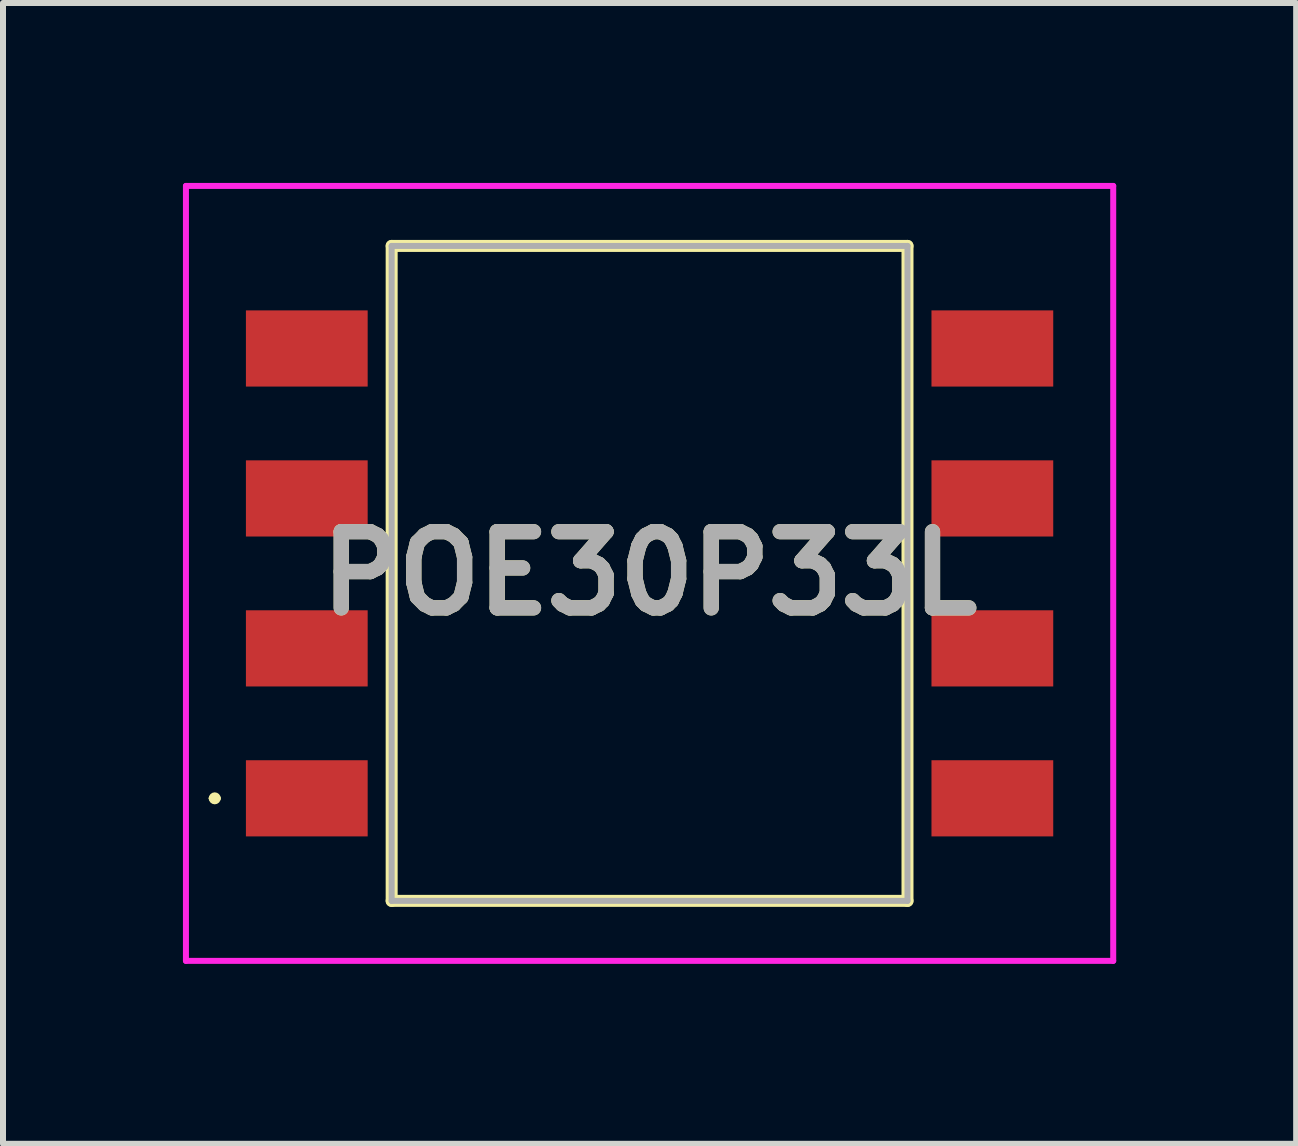
<source format=kicad_pcb>
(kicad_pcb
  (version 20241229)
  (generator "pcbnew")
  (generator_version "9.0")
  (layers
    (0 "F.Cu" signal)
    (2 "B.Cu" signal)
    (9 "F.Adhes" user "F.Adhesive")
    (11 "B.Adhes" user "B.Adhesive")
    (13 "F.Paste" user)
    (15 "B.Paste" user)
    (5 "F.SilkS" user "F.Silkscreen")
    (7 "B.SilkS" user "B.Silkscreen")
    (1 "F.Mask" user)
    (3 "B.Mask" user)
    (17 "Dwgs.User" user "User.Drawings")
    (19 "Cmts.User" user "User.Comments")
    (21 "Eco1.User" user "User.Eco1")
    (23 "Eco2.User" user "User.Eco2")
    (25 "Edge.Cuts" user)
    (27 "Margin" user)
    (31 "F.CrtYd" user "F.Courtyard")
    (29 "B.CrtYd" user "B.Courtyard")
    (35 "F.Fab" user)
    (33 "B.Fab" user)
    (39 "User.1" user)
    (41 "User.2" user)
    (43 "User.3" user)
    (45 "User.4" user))
  (footprint "POE30P33L"
    (layer "F.Cu")
    (at 7.78 6.51)
    (property "Reference" "POE30P33L" (at 0 0 0) (layer "F.SilkS") (effects (font (size 1.27 1.27) (thickness 0.254))))
    (attr smd)
    (fp_line (start -7.3 3.75) (end -7.3 3.75) (stroke (width 0.1) (type solid)) (layer "F.SilkS"))
    (fp_line (start -7.2 3.75) (end -7.2 3.75) (stroke (width 0.1) (type solid)) (layer "F.SilkS"))
    (fp_line (start -4.3 -5.46) (end 4.3 -5.46) (stroke (width 0.2) (type solid)) (layer "F.SilkS"))
    (fp_line (start -4.3 5.46) (end -4.3 -5.46) (stroke (width 0.2) (type solid)) (layer "F.SilkS"))
    (fp_line (start 4.3 -5.46) (end 4.3 5.46) (stroke (width 0.2) (type solid)) (layer "F.SilkS"))
    (fp_line (start 4.3 5.46) (end -4.3 5.46) (stroke (width 0.2) (type solid)) (layer "F.SilkS"))
    (fp_arc (start -7.3 3.75) (mid -7.25 3.7) (end -7.2 3.75) (stroke (width 0.1) (type solid)) (layer "F.SilkS"))
    (fp_arc (start -7.2 3.75) (mid -7.25 3.8) (end -7.3 3.75) (stroke (width 0.1) (type solid)) (layer "F.SilkS"))
    (fp_line (start -7.73 -6.46) (end 7.73 -6.46) (stroke (width 0.1) (type solid)) (layer "F.CrtYd"))
    (fp_line (start -7.73 6.46) (end -7.73 -6.46) (stroke (width 0.1) (type solid)) (layer "F.CrtYd"))
    (fp_line (start 7.73 -6.46) (end 7.73 6.46) (stroke (width 0.1) (type solid)) (layer "F.CrtYd"))
    (fp_line (start 7.73 6.46) (end -7.73 6.46) (stroke (width 0.1) (type solid)) (layer "F.CrtYd"))
    (fp_line (start -4.3 -5.46) (end 4.3 -5.46) (stroke (width 0.1) (type solid)) (layer "F.Fab"))
    (fp_line (start -4.3 5.46) (end -4.3 -5.46) (stroke (width 0.1) (type solid)) (layer "F.Fab"))
    (fp_line (start 4.3 -5.46) (end 4.3 5.46) (stroke (width 0.1) (type solid)) (layer "F.Fab"))
    (fp_line (start 4.3 5.46) (end -4.3 5.46) (stroke (width 0.1) (type solid)) (layer "F.Fab"))
    (fp_text user "${REFERENCE}" (at 0 0 0) (layer "F.Fab") (effects (font (size 1.27 1.27) (thickness 0.254))))
    (pad "1" smd rect (at -5.715 3.75 90) (size 1.27 2.03) (layers "F.Cu" "F.Mask" "F.Paste"))
    (pad "2" smd rect (at -5.715 1.25 90) (size 1.27 2.03) (layers "F.Cu" "F.Mask" "F.Paste"))
    (pad "3" smd rect (at -5.715 -1.25 90) (size 1.27 2.03) (layers "F.Cu" "F.Mask" "F.Paste"))
    (pad "4" smd rect (at -5.715 -3.75 90) (size 1.27 2.03) (layers "F.Cu" "F.Mask" "F.Paste"))
    (pad "5" smd rect (at 5.715 -3.75 90) (size 1.27 2.03) (layers "F.Cu" "F.Mask" "F.Paste"))
    (pad "6" smd rect (at 5.715 -1.25 90) (size 1.27 2.03) (layers "F.Cu" "F.Mask" "F.Paste"))
    (pad "7" smd rect (at 5.715 1.25 90) (size 1.27 2.03) (layers "F.Cu" "F.Mask" "F.Paste"))
    (pad "8" smd rect (at 5.715 3.75 90) (size 1.27 2.03) (layers "F.Cu" "F.Mask" "F.Paste")))
  (gr_rect
    (start -3 -3)
    (end 18.56 16.02)
    (stroke (width 0.1) (type default))
    (fill no)
    (layer "Edge.Cuts")))
</source>
